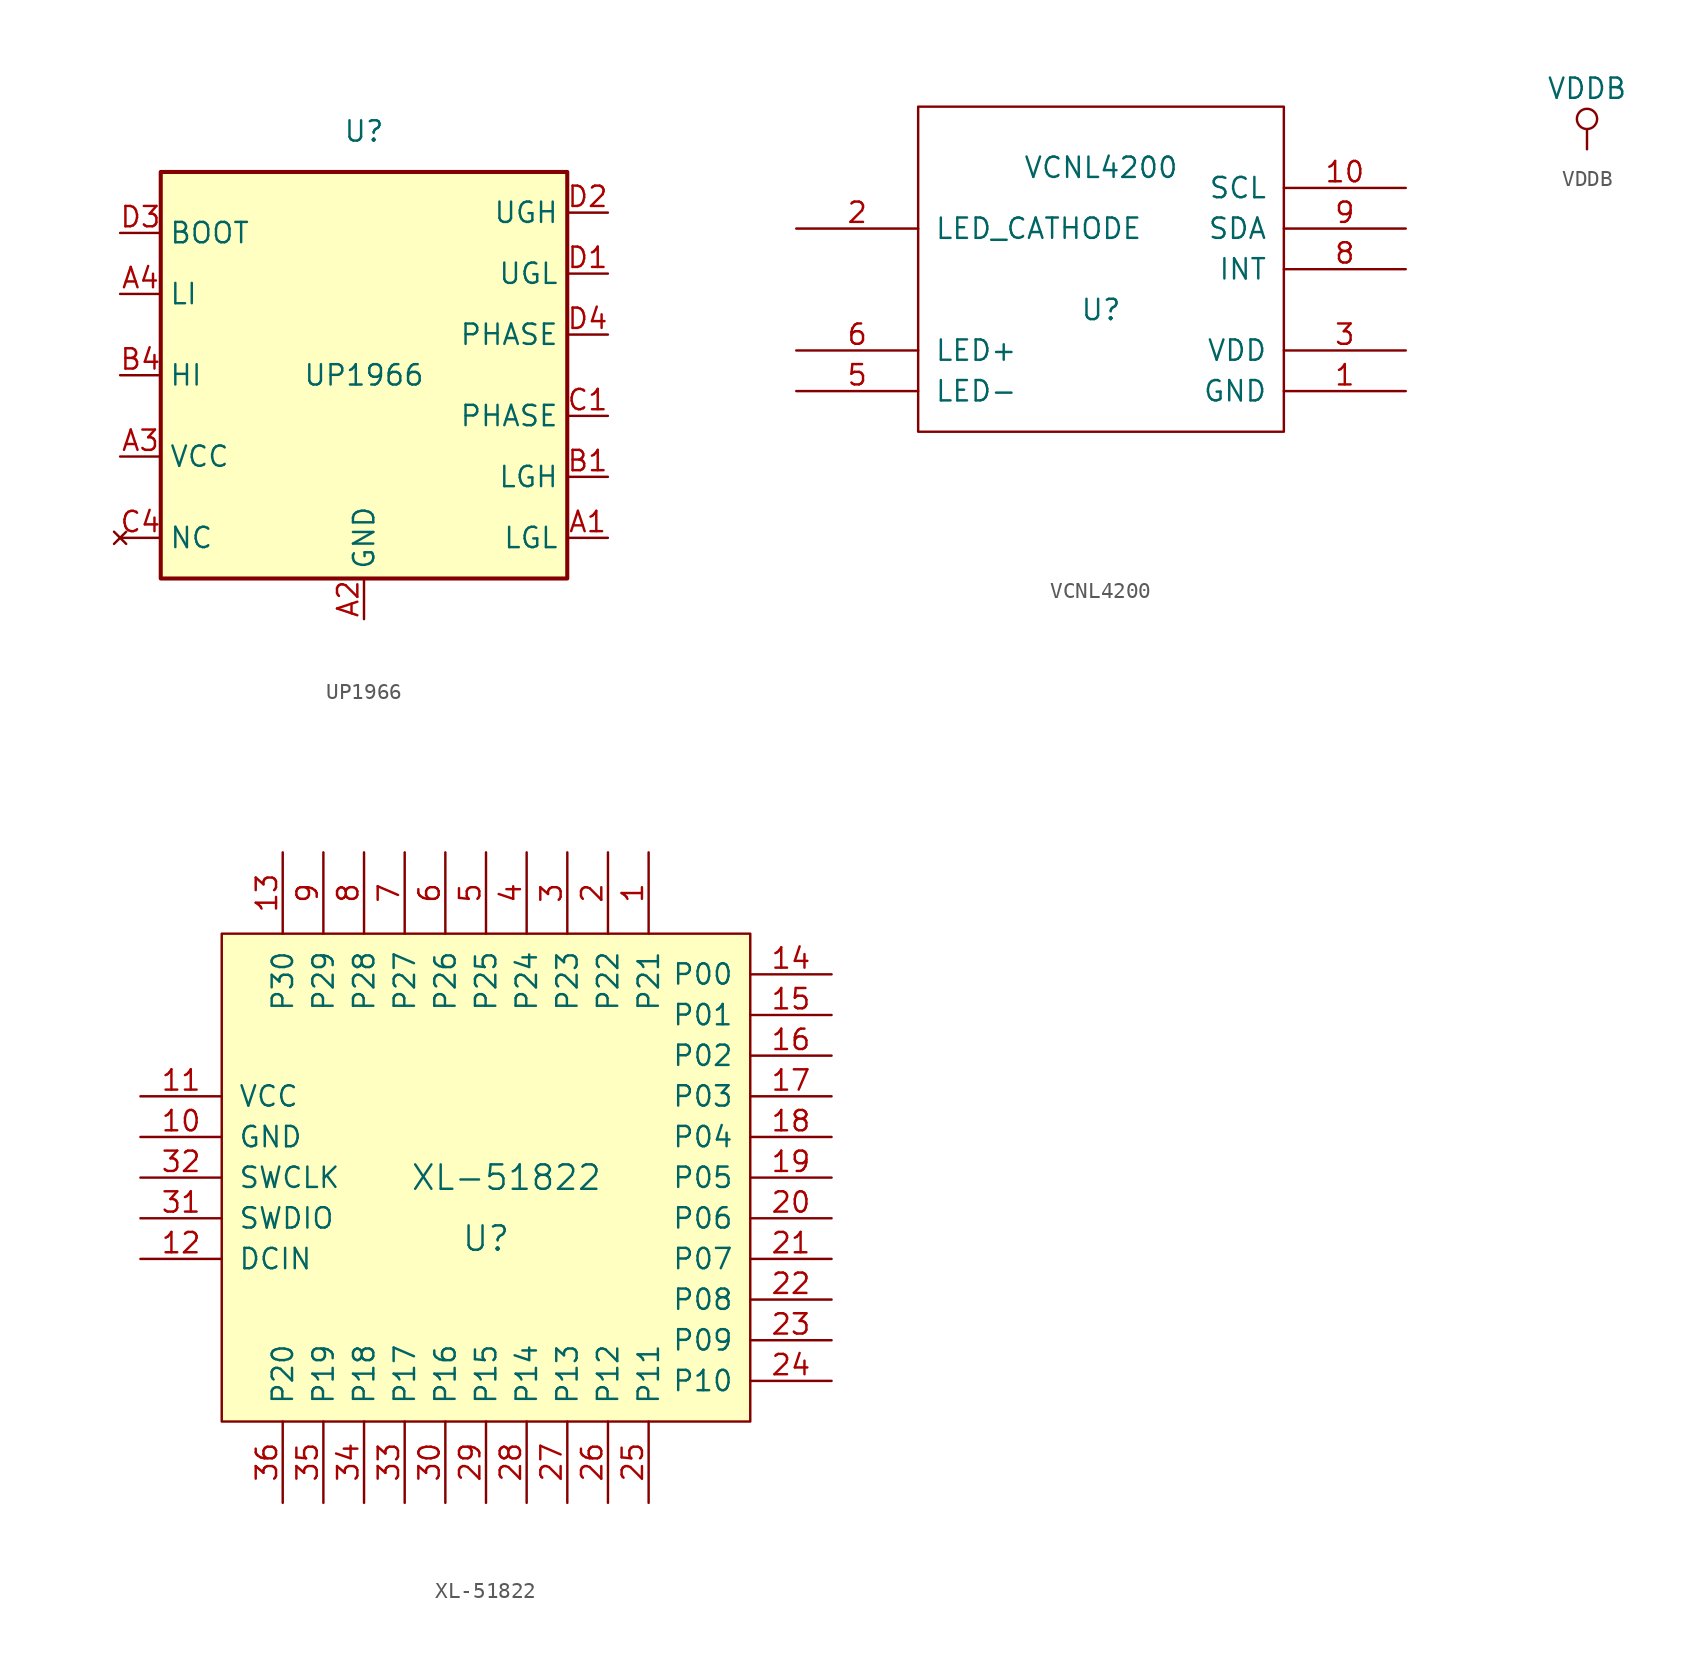
<source format=kicad_sym>
(kicad_symbol_lib
  (version 20220914)
  (generator kicad_symbol_editor)
  (symbol "UP1966"
    (property "Reference" "U"
      (at 0 15.24 0)
      (effects (font (size 1.27 1.27))))
    (property "Value" "UP1966"
      (at 0 0 0)
      (effects (font (size 1.27 1.27))))
    (symbol "UP1966_0_1"
      (rectangle (start -12.7 12.7) (end 12.7 -12.7) (stroke (width 0.254) (type default)) (fill (type background))))
    (symbol "UP1966_1_1"
      (pin bidirectional line (at 15.24 -10.16 180) (length 2.54) (name "LGL" (effects (font (size 1.27 1.27)))) (number "A1" (effects (font (size 1.27 1.27)))))
      (pin power_in line (at 0 -15.24 90) (length 2.54) (name "GND" (effects (font (size 1.27 1.27)))) (number "A2" (effects (font (size 1.27 1.27)))))
      (pin power_in line (at -15.24 -5.08 0) (length 2.54) (name "VCC" (effects (font (size 1.27 1.27)))) (number "A3" (effects (font (size 1.27 1.27)))))
      (pin input line (at -15.24 5.08 0) (length 2.54) (name "LI" (effects (font (size 1.27 1.27)))) (number "A4" (effects (font (size 1.27 1.27)))))
      (pin output line (at 15.24 -6.35 180) (length 2.54) (name "LGH" (effects (font (size 1.27 1.27)))) (number "B1" (effects (font (size 1.27 1.27)))))
      (pin input line (at -15.24 0 0) (length 2.54) (name "HI" (effects (font (size 1.27 1.27)))) (number "B4" (effects (font (size 1.27 1.27)))))
      (pin bidirectional line (at 15.24 -2.54 180) (length 2.54) (name "PHASE" (effects (font (size 1.27 1.27)))) (number "C1" (effects (font (size 1.27 1.27)))))
      (pin no_connect line (at -15.24 -10.16 0) (length 2.54) (name "NC" (effects (font (size 1.27 1.27)))) (number "C4" (effects (font (size 1.27 1.27)))))
      (pin output line (at 15.24 6.35 180) (length 2.54) (name "UGL" (effects (font (size 1.27 1.27)))) (number "D1" (effects (font (size 1.27 1.27)))))
      (pin output line (at 15.24 10.16 180) (length 2.54) (name "UGH" (effects (font (size 1.27 1.27)))) (number "D2" (effects (font (size 1.27 1.27)))))
      (pin input line (at -15.24 8.89 0) (length 2.54) (name "BOOT" (effects (font (size 1.27 1.27)))) (number "D3" (effects (font (size 1.27 1.27)))))
      (pin bidirectional line (at 15.24 2.54 180) (length 2.54) (name "PHASE" (effects (font (size 1.27 1.27)))) (number "D4" (effects (font (size 1.27 1.27)))))))
  (symbol "VCNL4200"
    (pin_names
      (offset 1.016))
    (property "Reference" "U"
      (at 0 -2.54 0)
      (effects (font (size 1.27 1.27))))
    (property "Value" "VCNL4200"
      (at 0 6.35 0)
      (effects (font (size 1.27 1.27))))
    (symbol "VCNL4200_1_0"
      (rectangle (start -11.43 -10.16) (end 11.43 10.16) (stroke (width 0) (type solid)) (fill (type none))))
    (symbol "VCNL4200_1_1"
      (pin power_in line (at 19.05 -7.62 180) (length 7.62) (name "GND" (effects (font (size 1.27 1.27)))) (number "1" (effects (font (size 1.27 1.27)))))
      (pin bidirectional line (at 19.05 5.08 180) (length 7.62) (name "SCL" (effects (font (size 1.27 1.27)))) (number "10" (effects (font (size 1.27 1.27)))))
      (pin open_collector line (at -19.05 2.54 0) (length 7.62) (name "LED_CATHODE" (effects (font (size 1.27 1.27)))) (number "2" (effects (font (size 1.27 1.27)))))
      (pin power_in line (at 19.05 -5.08 180) (length 7.62) (name "VDD" (effects (font (size 1.27 1.27)))) (number "3" (effects (font (size 1.27 1.27)))))
      (pin no_connect line (at -12.7 -12.7 0) (length 7.62) hide (name "NC" (effects (font (size 1.27 1.27)))) (number "4" (effects (font (size 1.27 1.27)))))
      (pin power_in line (at -19.05 -7.62 0) (length 7.62) (name "LED-" (effects (font (size 1.27 1.27)))) (number "5" (effects (font (size 1.27 1.27)))))
      (pin power_in line (at -19.05 -5.08 0) (length 7.62) (name "LED+" (effects (font (size 1.27 1.27)))) (number "6" (effects (font (size 1.27 1.27)))))
      (pin no_connect line (at -12.7 -16.51 0) (length 7.62) hide (name "NC" (effects (font (size 1.27 1.27)))) (number "7" (effects (font (size 1.27 1.27)))))
      (pin output line (at 19.05 0 180) (length 7.62) (name "INT" (effects (font (size 1.27 1.27)))) (number "8" (effects (font (size 1.27 1.27)))))
      (pin bidirectional line (at 19.05 2.54 180) (length 7.62) (name "SDA" (effects (font (size 1.27 1.27)))) (number "9" (effects (font (size 1.27 1.27)))))))
  (symbol "VDDB"
    (power)
    (pin_names
      (offset 0))
    (property "Reference" "#PWR"
      (at 0 -3.81 0)
      (effects (font (size 1.27 1.27)) hide))
    (property "Value" "VDDB"
      (at 0 3.81 0)
      (effects (font (size 1.27 1.27))))
    (symbol "VDDB_0_1"
      (polyline (pts (xy 0 0) (xy 0 1.27)) (stroke (width 0) (type solid)) (fill (type none)))
      (circle (center 0 1.905) (radius 0.635) (stroke (width 0) (type solid)) (fill (type none))))
    (symbol "VDDB_1_1"
      (pin power_in line (at 0 0 90) (length 0) hide (name "VDDB" (effects (font (size 1.27 1.27)))) (number "1" (effects (font (size 1.27 1.27)))))))
  (symbol "XL-51822"
    (pin_names
      (offset 1.016))
    (property "Reference" "U"
      (at -1.27 -3.81 0)
      (effects (font (size 1.524 1.524))))
    (property "Value" "XL-51822"
      (at 0 0 0)
      (effects (font (size 1.524 1.524))))
    (symbol "XL-51822_0_1"
      (rectangle (start -17.78 -15.24) (end 15.24 15.24) (stroke (width 0) (type solid)) (fill (type background))))
    (symbol "XL-51822_1_1"
      (pin bidirectional line (at 8.89 20.32 270) (length 5.08) (name "P21" (effects (font (size 1.27 1.27)))) (number "1" (effects (font (size 1.27 1.27)))))
      (pin power_in line (at -22.86 2.54 0) (length 5.08) (name "GND" (effects (font (size 1.27 1.27)))) (number "10" (effects (font (size 1.27 1.27)))))
      (pin power_in line (at -22.86 5.08 0) (length 5.08) (name "VCC" (effects (font (size 1.27 1.27)))) (number "11" (effects (font (size 1.27 1.27)))))
      (pin passive line (at -22.86 -5.08 0) (length 5.08) (name "DCIN" (effects (font (size 1.27 1.27)))) (number "12" (effects (font (size 1.27 1.27)))))
      (pin bidirectional line (at -13.97 20.32 270) (length 5.08) (name "P30" (effects (font (size 1.27 1.27)))) (number "13" (effects (font (size 1.27 1.27)))))
      (pin bidirectional line (at 20.32 12.7 180) (length 5.08) (name "P00" (effects (font (size 1.27 1.27)))) (number "14" (effects (font (size 1.27 1.27)))))
      (pin bidirectional line (at 20.32 10.16 180) (length 5.08) (name "P01" (effects (font (size 1.27 1.27)))) (number "15" (effects (font (size 1.27 1.27)))))
      (pin bidirectional line (at 20.32 7.62 180) (length 5.08) (name "P02" (effects (font (size 1.27 1.27)))) (number "16" (effects (font (size 1.27 1.27)))))
      (pin bidirectional line (at 20.32 5.08 180) (length 5.08) (name "P03" (effects (font (size 1.27 1.27)))) (number "17" (effects (font (size 1.27 1.27)))))
      (pin bidirectional line (at 20.32 2.54 180) (length 5.08) (name "P04" (effects (font (size 1.27 1.27)))) (number "18" (effects (font (size 1.27 1.27)))))
      (pin bidirectional line (at 20.32 0 180) (length 5.08) (name "P05" (effects (font (size 1.27 1.27)))) (number "19" (effects (font (size 1.27 1.27)))))
      (pin bidirectional line (at 6.35 20.32 270) (length 5.08) (name "P22" (effects (font (size 1.27 1.27)))) (number "2" (effects (font (size 1.27 1.27)))))
      (pin bidirectional line (at 20.32 -2.54 180) (length 5.08) (name "P06" (effects (font (size 1.27 1.27)))) (number "20" (effects (font (size 1.27 1.27)))))
      (pin bidirectional line (at 20.32 -5.08 180) (length 5.08) (name "P07" (effects (font (size 1.27 1.27)))) (number "21" (effects (font (size 1.27 1.27)))))
      (pin bidirectional line (at 20.32 -7.62 180) (length 5.08) (name "P08" (effects (font (size 1.27 1.27)))) (number "22" (effects (font (size 1.27 1.27)))))
      (pin bidirectional line (at 20.32 -10.16 180) (length 5.08) (name "P09" (effects (font (size 1.27 1.27)))) (number "23" (effects (font (size 1.27 1.27)))))
      (pin bidirectional line (at 20.32 -12.7 180) (length 5.08) (name "P10" (effects (font (size 1.27 1.27)))) (number "24" (effects (font (size 1.27 1.27)))))
      (pin bidirectional line (at 8.89 -20.32 90) (length 5.08) (name "P11" (effects (font (size 1.27 1.27)))) (number "25" (effects (font (size 1.27 1.27)))))
      (pin bidirectional line (at 6.35 -20.32 90) (length 5.08) (name "P12" (effects (font (size 1.27 1.27)))) (number "26" (effects (font (size 1.27 1.27)))))
      (pin bidirectional line (at 3.81 -20.32 90) (length 5.08) (name "P13" (effects (font (size 1.27 1.27)))) (number "27" (effects (font (size 1.27 1.27)))))
      (pin bidirectional line (at 1.27 -20.32 90) (length 5.08) (name "P14" (effects (font (size 1.27 1.27)))) (number "28" (effects (font (size 1.27 1.27)))))
      (pin bidirectional line (at -1.27 -20.32 90) (length 5.08) (name "P15" (effects (font (size 1.27 1.27)))) (number "29" (effects (font (size 1.27 1.27)))))
      (pin bidirectional line (at 3.81 20.32 270) (length 5.08) (name "P23" (effects (font (size 1.27 1.27)))) (number "3" (effects (font (size 1.27 1.27)))))
      (pin bidirectional line (at -3.81 -20.32 90) (length 5.08) (name "P16" (effects (font (size 1.27 1.27)))) (number "30" (effects (font (size 1.27 1.27)))))
      (pin bidirectional line (at -22.86 -2.54 0) (length 5.08) (name "SWDIO" (effects (font (size 1.27 1.27)))) (number "31" (effects (font (size 1.27 1.27)))))
      (pin bidirectional line (at -22.86 0 0) (length 5.08) (name "SWCLK" (effects (font (size 1.27 1.27)))) (number "32" (effects (font (size 1.27 1.27)))))
      (pin bidirectional line (at -6.35 -20.32 90) (length 5.08) (name "P17" (effects (font (size 1.27 1.27)))) (number "33" (effects (font (size 1.27 1.27)))))
      (pin bidirectional line (at -8.89 -20.32 90) (length 5.08) (name "P18" (effects (font (size 1.27 1.27)))) (number "34" (effects (font (size 1.27 1.27)))))
      (pin bidirectional line (at -11.43 -20.32 90) (length 5.08) (name "P19" (effects (font (size 1.27 1.27)))) (number "35" (effects (font (size 1.27 1.27)))))
      (pin bidirectional line (at -13.97 -20.32 90) (length 5.08) (name "P20" (effects (font (size 1.27 1.27)))) (number "36" (effects (font (size 1.27 1.27)))))
      (pin bidirectional line (at 1.27 20.32 270) (length 5.08) (name "P24" (effects (font (size 1.27 1.27)))) (number "4" (effects (font (size 1.27 1.27)))))
      (pin bidirectional line (at -1.27 20.32 270) (length 5.08) (name "P25" (effects (font (size 1.27 1.27)))) (number "5" (effects (font (size 1.27 1.27)))))
      (pin bidirectional line (at -3.81 20.32 270) (length 5.08) (name "P26" (effects (font (size 1.27 1.27)))) (number "6" (effects (font (size 1.27 1.27)))))
      (pin bidirectional line (at -6.35 20.32 270) (length 5.08) (name "P27" (effects (font (size 1.27 1.27)))) (number "7" (effects (font (size 1.27 1.27)))))
      (pin bidirectional line (at -8.89 20.32 270) (length 5.08) (name "P28" (effects (font (size 1.27 1.27)))) (number "8" (effects (font (size 1.27 1.27)))))
      (pin bidirectional line (at -11.43 20.32 270) (length 5.08) (name "P29" (effects (font (size 1.27 1.27)))) (number "9" (effects (font (size 1.27 1.27))))))))
</source>
